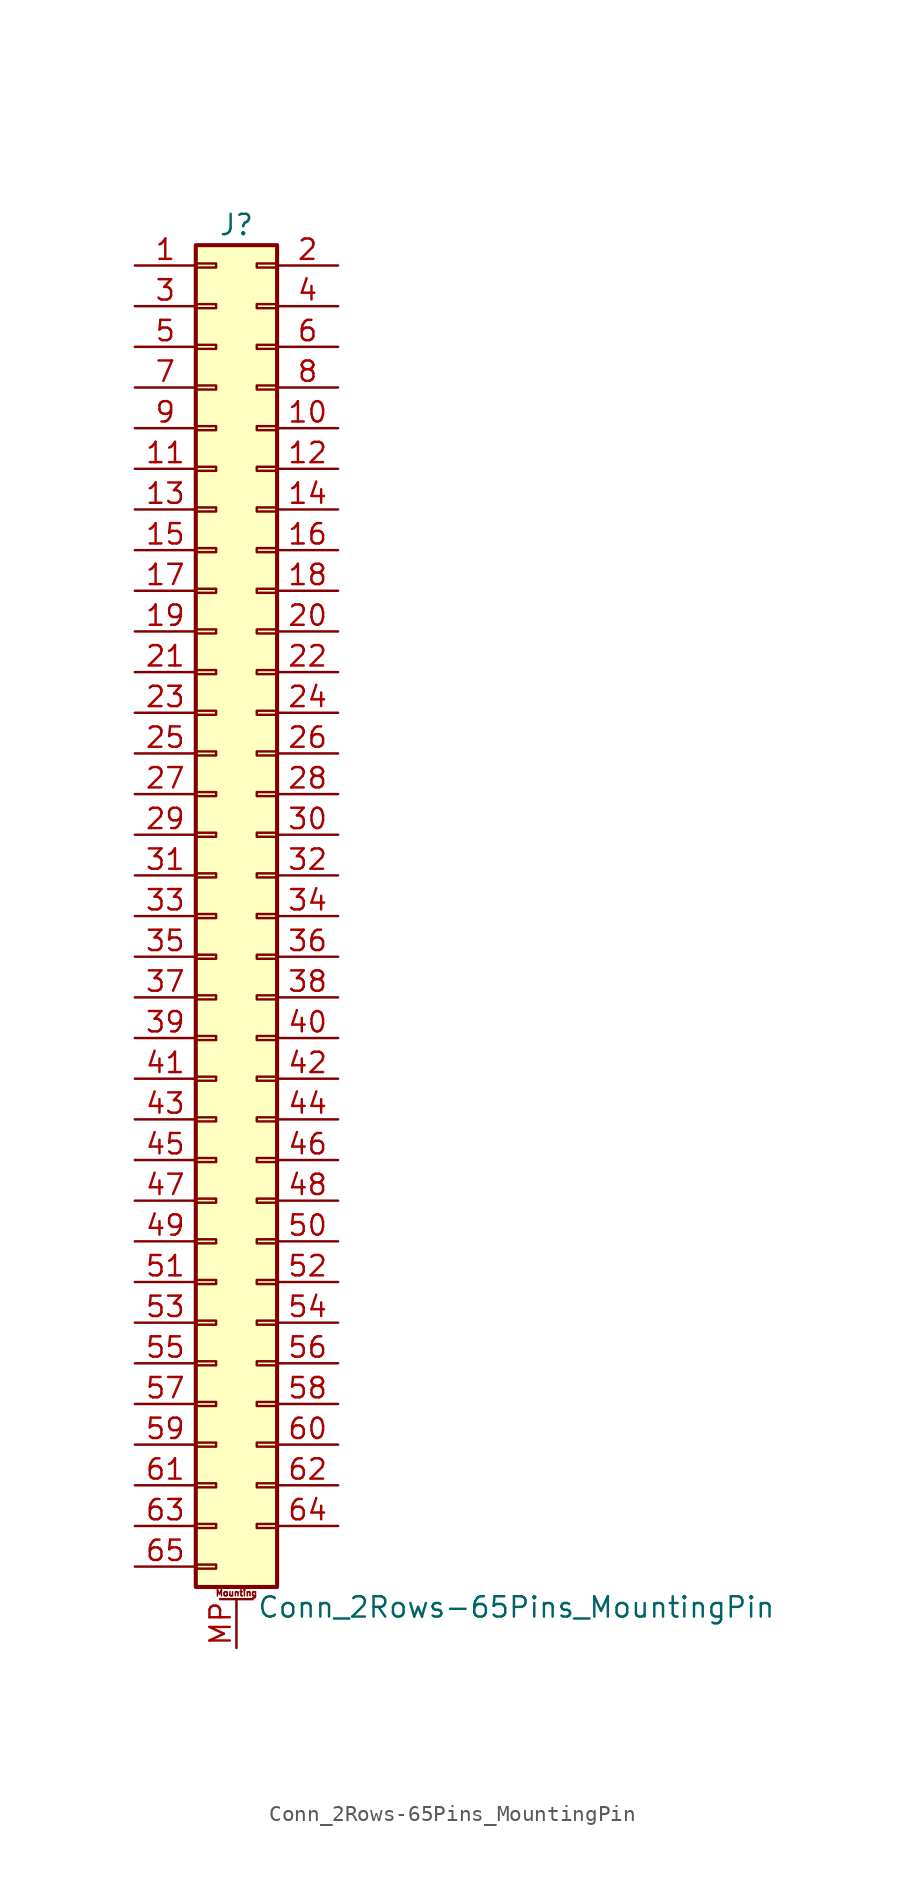
<source format=kicad_sym>
(kicad_symbol_lib
  (version 20211014)
  (generator kicad_symbol_editor)
  (symbol "Conn_2Rows-65Pins_MountingPin"
    (pin_names
      (offset 1.016) hide)
    (property "Reference" "J"
      (at 1.27 43.18 0)
      (effects (font (size 1.27 1.27))))
    (property "Value" "Conn_2Rows-65Pins_MountingPin"
      (at 2.54 -43.18 0)
      (effects (font (size 1.27 1.27)) (justify left)))
    (symbol "Conn_2Rows-65Pins_MountingPin_1_1"
      (rectangle (start -1.27 -40.513) (end 0 -40.767) (stroke (width 0.152) (type default) (color 0 0 0 0)) (fill (type none)))
      (rectangle (start -1.27 -37.973) (end 0 -38.227) (stroke (width 0.152) (type default) (color 0 0 0 0)) (fill (type none)))
      (rectangle (start -1.27 -35.433) (end 0 -35.687) (stroke (width 0.152) (type default) (color 0 0 0 0)) (fill (type none)))
      (rectangle (start -1.27 -32.893) (end 0 -33.147) (stroke (width 0.152) (type default) (color 0 0 0 0)) (fill (type none)))
      (rectangle (start -1.27 -30.353) (end 0 -30.607) (stroke (width 0.152) (type default) (color 0 0 0 0)) (fill (type none)))
      (rectangle (start -1.27 -27.813) (end 0 -28.067) (stroke (width 0.152) (type default) (color 0 0 0 0)) (fill (type none)))
      (rectangle (start -1.27 -25.273) (end 0 -25.527) (stroke (width 0.152) (type default) (color 0 0 0 0)) (fill (type none)))
      (rectangle (start -1.27 -22.733) (end 0 -22.987) (stroke (width 0.152) (type default) (color 0 0 0 0)) (fill (type none)))
      (rectangle (start -1.27 -20.193) (end 0 -20.447) (stroke (width 0.152) (type default) (color 0 0 0 0)) (fill (type none)))
      (rectangle (start -1.27 -17.653) (end 0 -17.907) (stroke (width 0.152) (type default) (color 0 0 0 0)) (fill (type none)))
      (rectangle (start -1.27 -15.113) (end 0 -15.367) (stroke (width 0.152) (type default) (color 0 0 0 0)) (fill (type none)))
      (rectangle (start -1.27 -12.573) (end 0 -12.827) (stroke (width 0.152) (type default) (color 0 0 0 0)) (fill (type none)))
      (rectangle (start -1.27 -10.033) (end 0 -10.287) (stroke (width 0.152) (type default) (color 0 0 0 0)) (fill (type none)))
      (rectangle (start -1.27 -7.493) (end 0 -7.747) (stroke (width 0.152) (type default) (color 0 0 0 0)) (fill (type none)))
      (rectangle (start -1.27 -4.953) (end 0 -5.207) (stroke (width 0.152) (type default) (color 0 0 0 0)) (fill (type none)))
      (rectangle (start -1.27 -2.413) (end 0 -2.667) (stroke (width 0.152) (type default) (color 0 0 0 0)) (fill (type none)))
      (rectangle (start -1.27 0.127) (end 0 -0.127) (stroke (width 0.152) (type default) (color 0 0 0 0)) (fill (type none)))
      (rectangle (start -1.27 2.667) (end 0 2.413) (stroke (width 0.152) (type default) (color 0 0 0 0)) (fill (type none)))
      (rectangle (start -1.27 5.207) (end 0 4.953) (stroke (width 0.152) (type default) (color 0 0 0 0)) (fill (type none)))
      (rectangle (start -1.27 7.747) (end 0 7.493) (stroke (width 0.152) (type default) (color 0 0 0 0)) (fill (type none)))
      (rectangle (start -1.27 10.287) (end 0 10.033) (stroke (width 0.152) (type default) (color 0 0 0 0)) (fill (type none)))
      (rectangle (start -1.27 12.827) (end 0 12.573) (stroke (width 0.152) (type default) (color 0 0 0 0)) (fill (type none)))
      (rectangle (start -1.27 15.367) (end 0 15.113) (stroke (width 0.152) (type default) (color 0 0 0 0)) (fill (type none)))
      (rectangle (start -1.27 17.907) (end 0 17.653) (stroke (width 0.152) (type default) (color 0 0 0 0)) (fill (type none)))
      (rectangle (start -1.27 20.447) (end 0 20.193) (stroke (width 0.152) (type default) (color 0 0 0 0)) (fill (type none)))
      (rectangle (start -1.27 22.987) (end 0 22.733) (stroke (width 0.152) (type default) (color 0 0 0 0)) (fill (type none)))
      (rectangle (start -1.27 25.527) (end 0 25.273) (stroke (width 0.152) (type default) (color 0 0 0 0)) (fill (type none)))
      (rectangle (start -1.27 28.067) (end 0 27.813) (stroke (width 0.152) (type default) (color 0 0 0 0)) (fill (type none)))
      (rectangle (start -1.27 30.607) (end 0 30.353) (stroke (width 0.152) (type default) (color 0 0 0 0)) (fill (type none)))
      (rectangle (start -1.27 33.147) (end 0 32.893) (stroke (width 0.152) (type default) (color 0 0 0 0)) (fill (type none)))
      (rectangle (start -1.27 35.687) (end 0 35.433) (stroke (width 0.152) (type default) (color 0 0 0 0)) (fill (type none)))
      (rectangle (start -1.27 38.227) (end 0 37.973) (stroke (width 0.152) (type default) (color 0 0 0 0)) (fill (type none)))
      (rectangle (start -1.27 40.767) (end 0 40.513) (stroke (width 0.152) (type default) (color 0 0 0 0)) (fill (type none)))
      (rectangle (start -1.27 41.91) (end 3.81 -41.91) (stroke (width 0.254) (type default) (color 0 0 0 0)) (fill (type background)))
      (polyline (pts (xy 0.254 -42.672) (xy 2.286 -42.672)) (stroke (width 0.152) (type default) (color 0 0 0 0)) (fill (type none)))
      (rectangle (start 3.81 -37.973) (end 2.54 -38.227) (stroke (width 0.152) (type default) (color 0 0 0 0)) (fill (type none)))
      (rectangle (start 3.81 -35.433) (end 2.54 -35.687) (stroke (width 0.152) (type default) (color 0 0 0 0)) (fill (type none)))
      (rectangle (start 3.81 -32.893) (end 2.54 -33.147) (stroke (width 0.152) (type default) (color 0 0 0 0)) (fill (type none)))
      (rectangle (start 3.81 -30.353) (end 2.54 -30.607) (stroke (width 0.152) (type default) (color 0 0 0 0)) (fill (type none)))
      (rectangle (start 3.81 -27.813) (end 2.54 -28.067) (stroke (width 0.152) (type default) (color 0 0 0 0)) (fill (type none)))
      (rectangle (start 3.81 -25.273) (end 2.54 -25.527) (stroke (width 0.152) (type default) (color 0 0 0 0)) (fill (type none)))
      (rectangle (start 3.81 -22.733) (end 2.54 -22.987) (stroke (width 0.152) (type default) (color 0 0 0 0)) (fill (type none)))
      (rectangle (start 3.81 -20.193) (end 2.54 -20.447) (stroke (width 0.152) (type default) (color 0 0 0 0)) (fill (type none)))
      (rectangle (start 3.81 -17.653) (end 2.54 -17.907) (stroke (width 0.152) (type default) (color 0 0 0 0)) (fill (type none)))
      (rectangle (start 3.81 -15.113) (end 2.54 -15.367) (stroke (width 0.152) (type default) (color 0 0 0 0)) (fill (type none)))
      (rectangle (start 3.81 -12.573) (end 2.54 -12.827) (stroke (width 0.152) (type default) (color 0 0 0 0)) (fill (type none)))
      (rectangle (start 3.81 -10.033) (end 2.54 -10.287) (stroke (width 0.152) (type default) (color 0 0 0 0)) (fill (type none)))
      (rectangle (start 3.81 -7.493) (end 2.54 -7.747) (stroke (width 0.152) (type default) (color 0 0 0 0)) (fill (type none)))
      (rectangle (start 3.81 -4.953) (end 2.54 -5.207) (stroke (width 0.152) (type default) (color 0 0 0 0)) (fill (type none)))
      (rectangle (start 3.81 -2.413) (end 2.54 -2.667) (stroke (width 0.152) (type default) (color 0 0 0 0)) (fill (type none)))
      (rectangle (start 3.81 0.127) (end 2.54 -0.127) (stroke (width 0.152) (type default) (color 0 0 0 0)) (fill (type none)))
      (rectangle (start 3.81 2.667) (end 2.54 2.413) (stroke (width 0.152) (type default) (color 0 0 0 0)) (fill (type none)))
      (rectangle (start 3.81 5.207) (end 2.54 4.953) (stroke (width 0.152) (type default) (color 0 0 0 0)) (fill (type none)))
      (rectangle (start 3.81 7.747) (end 2.54 7.493) (stroke (width 0.152) (type default) (color 0 0 0 0)) (fill (type none)))
      (rectangle (start 3.81 10.287) (end 2.54 10.033) (stroke (width 0.152) (type default) (color 0 0 0 0)) (fill (type none)))
      (rectangle (start 3.81 12.827) (end 2.54 12.573) (stroke (width 0.152) (type default) (color 0 0 0 0)) (fill (type none)))
      (rectangle (start 3.81 15.367) (end 2.54 15.113) (stroke (width 0.152) (type default) (color 0 0 0 0)) (fill (type none)))
      (rectangle (start 3.81 17.907) (end 2.54 17.653) (stroke (width 0.152) (type default) (color 0 0 0 0)) (fill (type none)))
      (rectangle (start 3.81 20.447) (end 2.54 20.193) (stroke (width 0.152) (type default) (color 0 0 0 0)) (fill (type none)))
      (rectangle (start 3.81 22.987) (end 2.54 22.733) (stroke (width 0.152) (type default) (color 0 0 0 0)) (fill (type none)))
      (rectangle (start 3.81 25.527) (end 2.54 25.273) (stroke (width 0.152) (type default) (color 0 0 0 0)) (fill (type none)))
      (rectangle (start 3.81 28.067) (end 2.54 27.813) (stroke (width 0.152) (type default) (color 0 0 0 0)) (fill (type none)))
      (rectangle (start 3.81 30.607) (end 2.54 30.353) (stroke (width 0.152) (type default) (color 0 0 0 0)) (fill (type none)))
      (rectangle (start 3.81 33.147) (end 2.54 32.893) (stroke (width 0.152) (type default) (color 0 0 0 0)) (fill (type none)))
      (rectangle (start 3.81 35.687) (end 2.54 35.433) (stroke (width 0.152) (type default) (color 0 0 0 0)) (fill (type none)))
      (rectangle (start 3.81 38.227) (end 2.54 37.973) (stroke (width 0.152) (type default) (color 0 0 0 0)) (fill (type none)))
      (rectangle (start 3.81 40.767) (end 2.54 40.513) (stroke (width 0.152) (type default) (color 0 0 0 0)) (fill (type none)))
      (text "Mounting" (at 1.27 -42.291 0) (effects (font (size 0.381 0.381))))
      (pin passive line (at -5.08 40.64 0) (length 3.81) (name "Pin_1" (effects (font (size 1.27 1.27)))) (number "1" (effects (font (size 1.27 1.27)))))
      (pin passive line (at 7.62 30.48 180) (length 3.81) (name "Pin_10" (effects (font (size 1.27 1.27)))) (number "10" (effects (font (size 1.27 1.27)))))
      (pin passive line (at -5.08 27.94 0) (length 3.81) (name "Pin_11" (effects (font (size 1.27 1.27)))) (number "11" (effects (font (size 1.27 1.27)))))
      (pin passive line (at 7.62 27.94 180) (length 3.81) (name "Pin_12" (effects (font (size 1.27 1.27)))) (number "12" (effects (font (size 1.27 1.27)))))
      (pin passive line (at -5.08 25.4 0) (length 3.81) (name "Pin_13" (effects (font (size 1.27 1.27)))) (number "13" (effects (font (size 1.27 1.27)))))
      (pin passive line (at 7.62 25.4 180) (length 3.81) (name "Pin_14" (effects (font (size 1.27 1.27)))) (number "14" (effects (font (size 1.27 1.27)))))
      (pin passive line (at -5.08 22.86 0) (length 3.81) (name "Pin_15" (effects (font (size 1.27 1.27)))) (number "15" (effects (font (size 1.27 1.27)))))
      (pin passive line (at 7.62 22.86 180) (length 3.81) (name "Pin_16" (effects (font (size 1.27 1.27)))) (number "16" (effects (font (size 1.27 1.27)))))
      (pin passive line (at -5.08 20.32 0) (length 3.81) (name "Pin_17" (effects (font (size 1.27 1.27)))) (number "17" (effects (font (size 1.27 1.27)))))
      (pin passive line (at 7.62 20.32 180) (length 3.81) (name "Pin_18" (effects (font (size 1.27 1.27)))) (number "18" (effects (font (size 1.27 1.27)))))
      (pin passive line (at -5.08 17.78 0) (length 3.81) (name "Pin_19" (effects (font (size 1.27 1.27)))) (number "19" (effects (font (size 1.27 1.27)))))
      (pin passive line (at 7.62 40.64 180) (length 3.81) (name "Pin_2" (effects (font (size 1.27 1.27)))) (number "2" (effects (font (size 1.27 1.27)))))
      (pin passive line (at 7.62 17.78 180) (length 3.81) (name "Pin_20" (effects (font (size 1.27 1.27)))) (number "20" (effects (font (size 1.27 1.27)))))
      (pin passive line (at -5.08 15.24 0) (length 3.81) (name "Pin_21" (effects (font (size 1.27 1.27)))) (number "21" (effects (font (size 1.27 1.27)))))
      (pin passive line (at 7.62 15.24 180) (length 3.81) (name "Pin_22" (effects (font (size 1.27 1.27)))) (number "22" (effects (font (size 1.27 1.27)))))
      (pin passive line (at -5.08 12.7 0) (length 3.81) (name "Pin_23" (effects (font (size 1.27 1.27)))) (number "23" (effects (font (size 1.27 1.27)))))
      (pin passive line (at 7.62 12.7 180) (length 3.81) (name "Pin_24" (effects (font (size 1.27 1.27)))) (number "24" (effects (font (size 1.27 1.27)))))
      (pin passive line (at -5.08 10.16 0) (length 3.81) (name "Pin_25" (effects (font (size 1.27 1.27)))) (number "25" (effects (font (size 1.27 1.27)))))
      (pin passive line (at 7.62 10.16 180) (length 3.81) (name "Pin_26" (effects (font (size 1.27 1.27)))) (number "26" (effects (font (size 1.27 1.27)))))
      (pin passive line (at -5.08 7.62 0) (length 3.81) (name "Pin_27" (effects (font (size 1.27 1.27)))) (number "27" (effects (font (size 1.27 1.27)))))
      (pin passive line (at 7.62 7.62 180) (length 3.81) (name "Pin_28" (effects (font (size 1.27 1.27)))) (number "28" (effects (font (size 1.27 1.27)))))
      (pin passive line (at -5.08 5.08 0) (length 3.81) (name "Pin_29" (effects (font (size 1.27 1.27)))) (number "29" (effects (font (size 1.27 1.27)))))
      (pin passive line (at -5.08 38.1 0) (length 3.81) (name "Pin_3" (effects (font (size 1.27 1.27)))) (number "3" (effects (font (size 1.27 1.27)))))
      (pin passive line (at 7.62 5.08 180) (length 3.81) (name "Pin_30" (effects (font (size 1.27 1.27)))) (number "30" (effects (font (size 1.27 1.27)))))
      (pin passive line (at -5.08 2.54 0) (length 3.81) (name "Pin_31" (effects (font (size 1.27 1.27)))) (number "31" (effects (font (size 1.27 1.27)))))
      (pin passive line (at 7.62 2.54 180) (length 3.81) (name "Pin_32" (effects (font (size 1.27 1.27)))) (number "32" (effects (font (size 1.27 1.27)))))
      (pin passive line (at -5.08 0 0) (length 3.81) (name "Pin_33" (effects (font (size 1.27 1.27)))) (number "33" (effects (font (size 1.27 1.27)))))
      (pin passive line (at 7.62 0 180) (length 3.81) (name "Pin_34" (effects (font (size 1.27 1.27)))) (number "34" (effects (font (size 1.27 1.27)))))
      (pin passive line (at -5.08 -2.54 0) (length 3.81) (name "Pin_35" (effects (font (size 1.27 1.27)))) (number "35" (effects (font (size 1.27 1.27)))))
      (pin passive line (at 7.62 -2.54 180) (length 3.81) (name "Pin_36" (effects (font (size 1.27 1.27)))) (number "36" (effects (font (size 1.27 1.27)))))
      (pin passive line (at -5.08 -5.08 0) (length 3.81) (name "Pin_37" (effects (font (size 1.27 1.27)))) (number "37" (effects (font (size 1.27 1.27)))))
      (pin passive line (at 7.62 -5.08 180) (length 3.81) (name "Pin_38" (effects (font (size 1.27 1.27)))) (number "38" (effects (font (size 1.27 1.27)))))
      (pin passive line (at -5.08 -7.62 0) (length 3.81) (name "Pin_39" (effects (font (size 1.27 1.27)))) (number "39" (effects (font (size 1.27 1.27)))))
      (pin passive line (at 7.62 38.1 180) (length 3.81) (name "Pin_4" (effects (font (size 1.27 1.27)))) (number "4" (effects (font (size 1.27 1.27)))))
      (pin passive line (at 7.62 -7.62 180) (length 3.81) (name "Pin_40" (effects (font (size 1.27 1.27)))) (number "40" (effects (font (size 1.27 1.27)))))
      (pin passive line (at -5.08 -10.16 0) (length 3.81) (name "Pin_41" (effects (font (size 1.27 1.27)))) (number "41" (effects (font (size 1.27 1.27)))))
      (pin passive line (at 7.62 -10.16 180) (length 3.81) (name "Pin_42" (effects (font (size 1.27 1.27)))) (number "42" (effects (font (size 1.27 1.27)))))
      (pin passive line (at -5.08 -12.7 0) (length 3.81) (name "Pin_43" (effects (font (size 1.27 1.27)))) (number "43" (effects (font (size 1.27 1.27)))))
      (pin passive line (at 7.62 -12.7 180) (length 3.81) (name "Pin_44" (effects (font (size 1.27 1.27)))) (number "44" (effects (font (size 1.27 1.27)))))
      (pin passive line (at -5.08 -15.24 0) (length 3.81) (name "Pin_45" (effects (font (size 1.27 1.27)))) (number "45" (effects (font (size 1.27 1.27)))))
      (pin passive line (at 7.62 -15.24 180) (length 3.81) (name "Pin_46" (effects (font (size 1.27 1.27)))) (number "46" (effects (font (size 1.27 1.27)))))
      (pin passive line (at -5.08 -17.78 0) (length 3.81) (name "Pin_47" (effects (font (size 1.27 1.27)))) (number "47" (effects (font (size 1.27 1.27)))))
      (pin passive line (at 7.62 -17.78 180) (length 3.81) (name "Pin_48" (effects (font (size 1.27 1.27)))) (number "48" (effects (font (size 1.27 1.27)))))
      (pin passive line (at -5.08 -20.32 0) (length 3.81) (name "Pin_49" (effects (font (size 1.27 1.27)))) (number "49" (effects (font (size 1.27 1.27)))))
      (pin passive line (at -5.08 35.56 0) (length 3.81) (name "Pin_5" (effects (font (size 1.27 1.27)))) (number "5" (effects (font (size 1.27 1.27)))))
      (pin passive line (at 7.62 -20.32 180) (length 3.81) (name "Pin_50" (effects (font (size 1.27 1.27)))) (number "50" (effects (font (size 1.27 1.27)))))
      (pin passive line (at -5.08 -22.86 0) (length 3.81) (name "Pin_51" (effects (font (size 1.27 1.27)))) (number "51" (effects (font (size 1.27 1.27)))))
      (pin passive line (at 7.62 -22.86 180) (length 3.81) (name "Pin_52" (effects (font (size 1.27 1.27)))) (number "52" (effects (font (size 1.27 1.27)))))
      (pin passive line (at -5.08 -25.4 0) (length 3.81) (name "Pin_53" (effects (font (size 1.27 1.27)))) (number "53" (effects (font (size 1.27 1.27)))))
      (pin passive line (at 7.62 -25.4 180) (length 3.81) (name "Pin_54" (effects (font (size 1.27 1.27)))) (number "54" (effects (font (size 1.27 1.27)))))
      (pin passive line (at -5.08 -27.94 0) (length 3.81) (name "Pin_55" (effects (font (size 1.27 1.27)))) (number "55" (effects (font (size 1.27 1.27)))))
      (pin passive line (at 7.62 -27.94 180) (length 3.81) (name "Pin_56" (effects (font (size 1.27 1.27)))) (number "56" (effects (font (size 1.27 1.27)))))
      (pin passive line (at -5.08 -30.48 0) (length 3.81) (name "Pin_57" (effects (font (size 1.27 1.27)))) (number "57" (effects (font (size 1.27 1.27)))))
      (pin passive line (at 7.62 -30.48 180) (length 3.81) (name "Pin_58" (effects (font (size 1.27 1.27)))) (number "58" (effects (font (size 1.27 1.27)))))
      (pin passive line (at -5.08 -33.02 0) (length 3.81) (name "Pin_59" (effects (font (size 1.27 1.27)))) (number "59" (effects (font (size 1.27 1.27)))))
      (pin passive line (at 7.62 35.56 180) (length 3.81) (name "Pin_6" (effects (font (size 1.27 1.27)))) (number "6" (effects (font (size 1.27 1.27)))))
      (pin passive line (at 7.62 -33.02 180) (length 3.81) (name "Pin_60" (effects (font (size 1.27 1.27)))) (number "60" (effects (font (size 1.27 1.27)))))
      (pin passive line (at -5.08 -35.56 0) (length 3.81) (name "Pin_61" (effects (font (size 1.27 1.27)))) (number "61" (effects (font (size 1.27 1.27)))))
      (pin passive line (at 7.62 -35.56 180) (length 3.81) (name "Pin_62" (effects (font (size 1.27 1.27)))) (number "62" (effects (font (size 1.27 1.27)))))
      (pin passive line (at -5.08 -38.1 0) (length 3.81) (name "Pin_63" (effects (font (size 1.27 1.27)))) (number "63" (effects (font (size 1.27 1.27)))))
      (pin passive line (at 7.62 -38.1 180) (length 3.81) (name "Pin_64" (effects (font (size 1.27 1.27)))) (number "64" (effects (font (size 1.27 1.27)))))
      (pin passive line (at -5.08 -40.64 0) (length 3.81) (name "Pin_65" (effects (font (size 1.27 1.27)))) (number "65" (effects (font (size 1.27 1.27)))))
      (pin passive line (at -5.08 33.02 0) (length 3.81) (name "Pin_7" (effects (font (size 1.27 1.27)))) (number "7" (effects (font (size 1.27 1.27)))))
      (pin passive line (at 7.62 33.02 180) (length 3.81) (name "Pin_8" (effects (font (size 1.27 1.27)))) (number "8" (effects (font (size 1.27 1.27)))))
      (pin passive line (at -5.08 30.48 0) (length 3.81) (name "Pin_9" (effects (font (size 1.27 1.27)))) (number "9" (effects (font (size 1.27 1.27)))))
      (pin passive line (at 1.27 -45.72 90) (length 3.048) (name "MountPin" (effects (font (size 1.27 1.27)))) (number "MP" (effects (font (size 1.27 1.27))))))))
</source>
